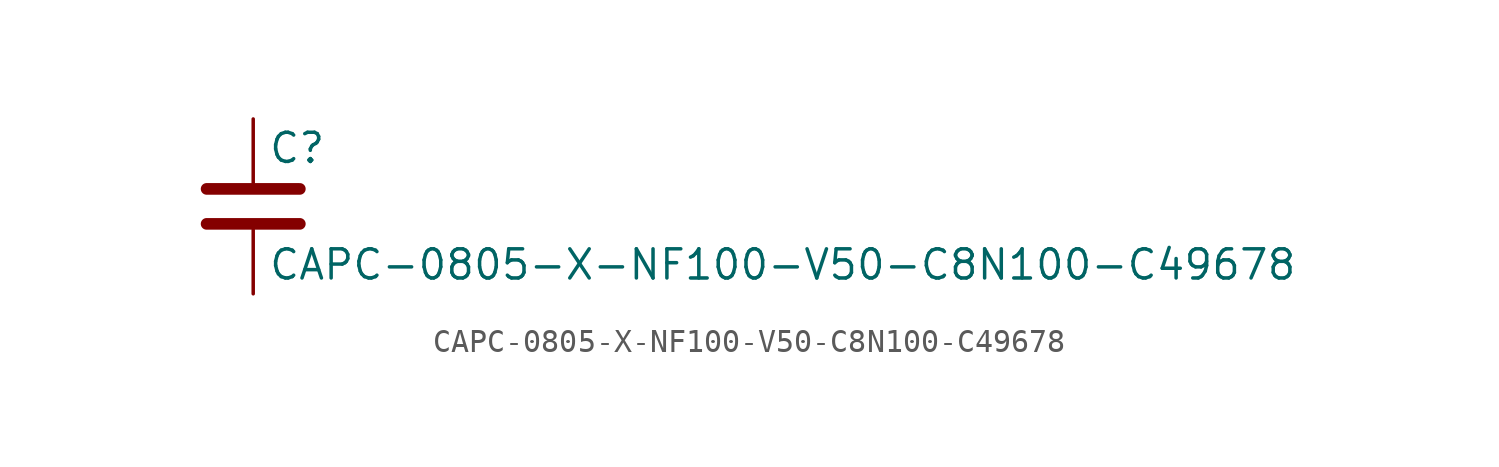
<source format=kicad_sym>
(kicad_symbol_lib
  (version 20211014)
  (generator kicad_symbol_editor)
  (symbol "CAPC-0805-X-NF100-V50-C8N100-C49678"
    (pin_numbers hide)
    (pin_names
      (offset 0.254))
    (property "Reference" "C"
      (at 0.635 2.54 0)
      (effects (font (size 1.27 1.27)) (justify left)))
    (property "Value" "CAPC-0805-X-NF100-V50-C8N100-C49678"
      (at 0.635 -2.54 0)
      (effects (font (size 1.27 1.27)) (justify left)))
    (symbol "CAPC-0805-X-NF100-V50-C8N100-C49678_0_1"
      (polyline (pts (xy -2.032 -0.762) (xy 2.032 -0.762)) (stroke (width 0.508) (type default) (color 0 0 0 0)) (fill (type none)))
      (polyline (pts (xy -2.032 0.762) (xy 2.032 0.762)) (stroke (width 0.508) (type default) (color 0 0 0 0)) (fill (type none))))
    (symbol "CAPC-0805-X-NF100-V50-C8N100-C49678_1_1"
      (pin passive line (at 0 3.81 270) (length 2.794) (name "~" (effects (font (size 1.27 1.27)))) (number "1" (effects (font (size 1.27 1.27)))))
      (pin passive line (at 0 -3.81 90) (length 2.794) (name "~" (effects (font (size 1.27 1.27)))) (number "2" (effects (font (size 1.27 1.27))))))))
</source>
